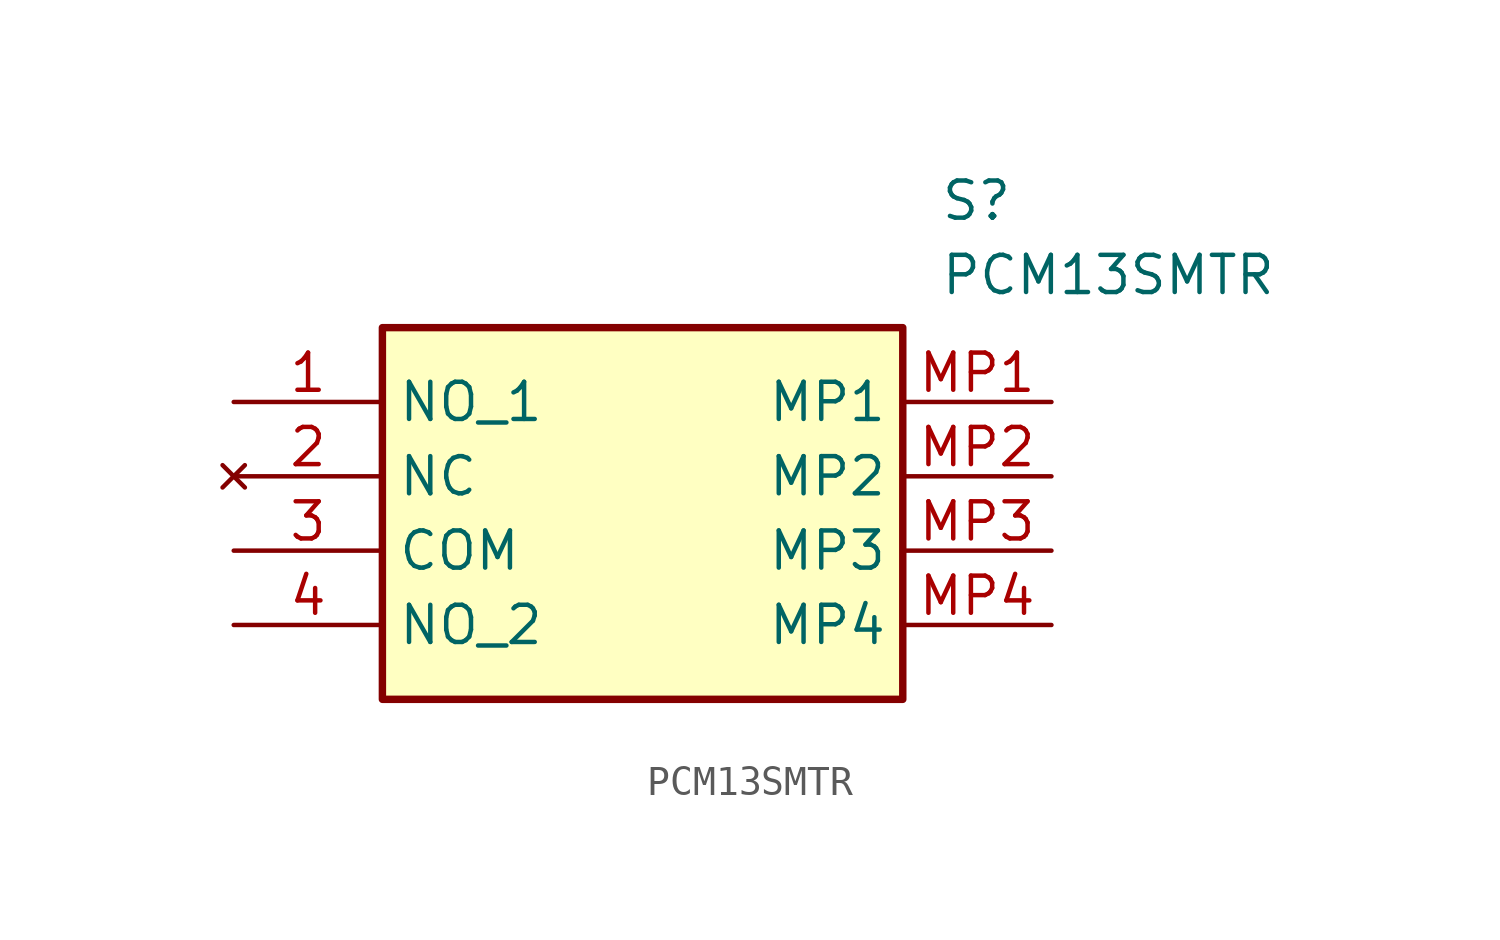
<source format=kicad_sym>
(kicad_symbol_lib
  (version 20211014)
  (generator SamacSys_ECAD_Model)
  (symbol "PCM13SMTR"
    (property "Reference" "S"
      (at 24.13 7.62 0)
      (effects (font (size 1.27 1.27)) (justify left top)))
    (property "Value" "PCM13SMTR"
      (at 24.13 5.08 0)
      (effects (font (size 1.27 1.27)) (justify left top)))
    (rectangle
      (start 5.08 2.54)
      (end 22.86 -10.16)
      (stroke (width 0.254) (type default))
      (fill (type background)))
    (pin passive line
      (at 0 0 0)
      (length 5.08)
      (name "NO_1" (effects (font (size 1.27 1.27))))
      (number "1" (effects (font (size 1.27 1.27)))))
    (pin no_connect line
      (at 0 -2.54 0)
      (length 5.08)
      (name "NC" (effects (font (size 1.27 1.27))))
      (number "2" (effects (font (size 1.27 1.27)))))
    (pin passive line
      (at 0 -5.08 0)
      (length 5.08)
      (name "COM" (effects (font (size 1.27 1.27))))
      (number "3" (effects (font (size 1.27 1.27)))))
    (pin passive line
      (at 0 -7.62 0)
      (length 5.08)
      (name "NO_2" (effects (font (size 1.27 1.27))))
      (number "4" (effects (font (size 1.27 1.27)))))
    (pin passive line
      (at 27.94 0 180)
      (length 5.08)
      (name "MP1" (effects (font (size 1.27 1.27))))
      (number "MP1" (effects (font (size 1.27 1.27)))))
    (pin passive line
      (at 27.94 -2.54 180)
      (length 5.08)
      (name "MP2" (effects (font (size 1.27 1.27))))
      (number "MP2" (effects (font (size 1.27 1.27)))))
    (pin passive line
      (at 27.94 -5.08 180)
      (length 5.08)
      (name "MP3" (effects (font (size 1.27 1.27))))
      (number "MP3" (effects (font (size 1.27 1.27)))))
    (pin passive line
      (at 27.94 -7.62 180)
      (length 5.08)
      (name "MP4" (effects (font (size 1.27 1.27))))
      (number "MP4" (effects (font (size 1.27 1.27)))))))
</source>
